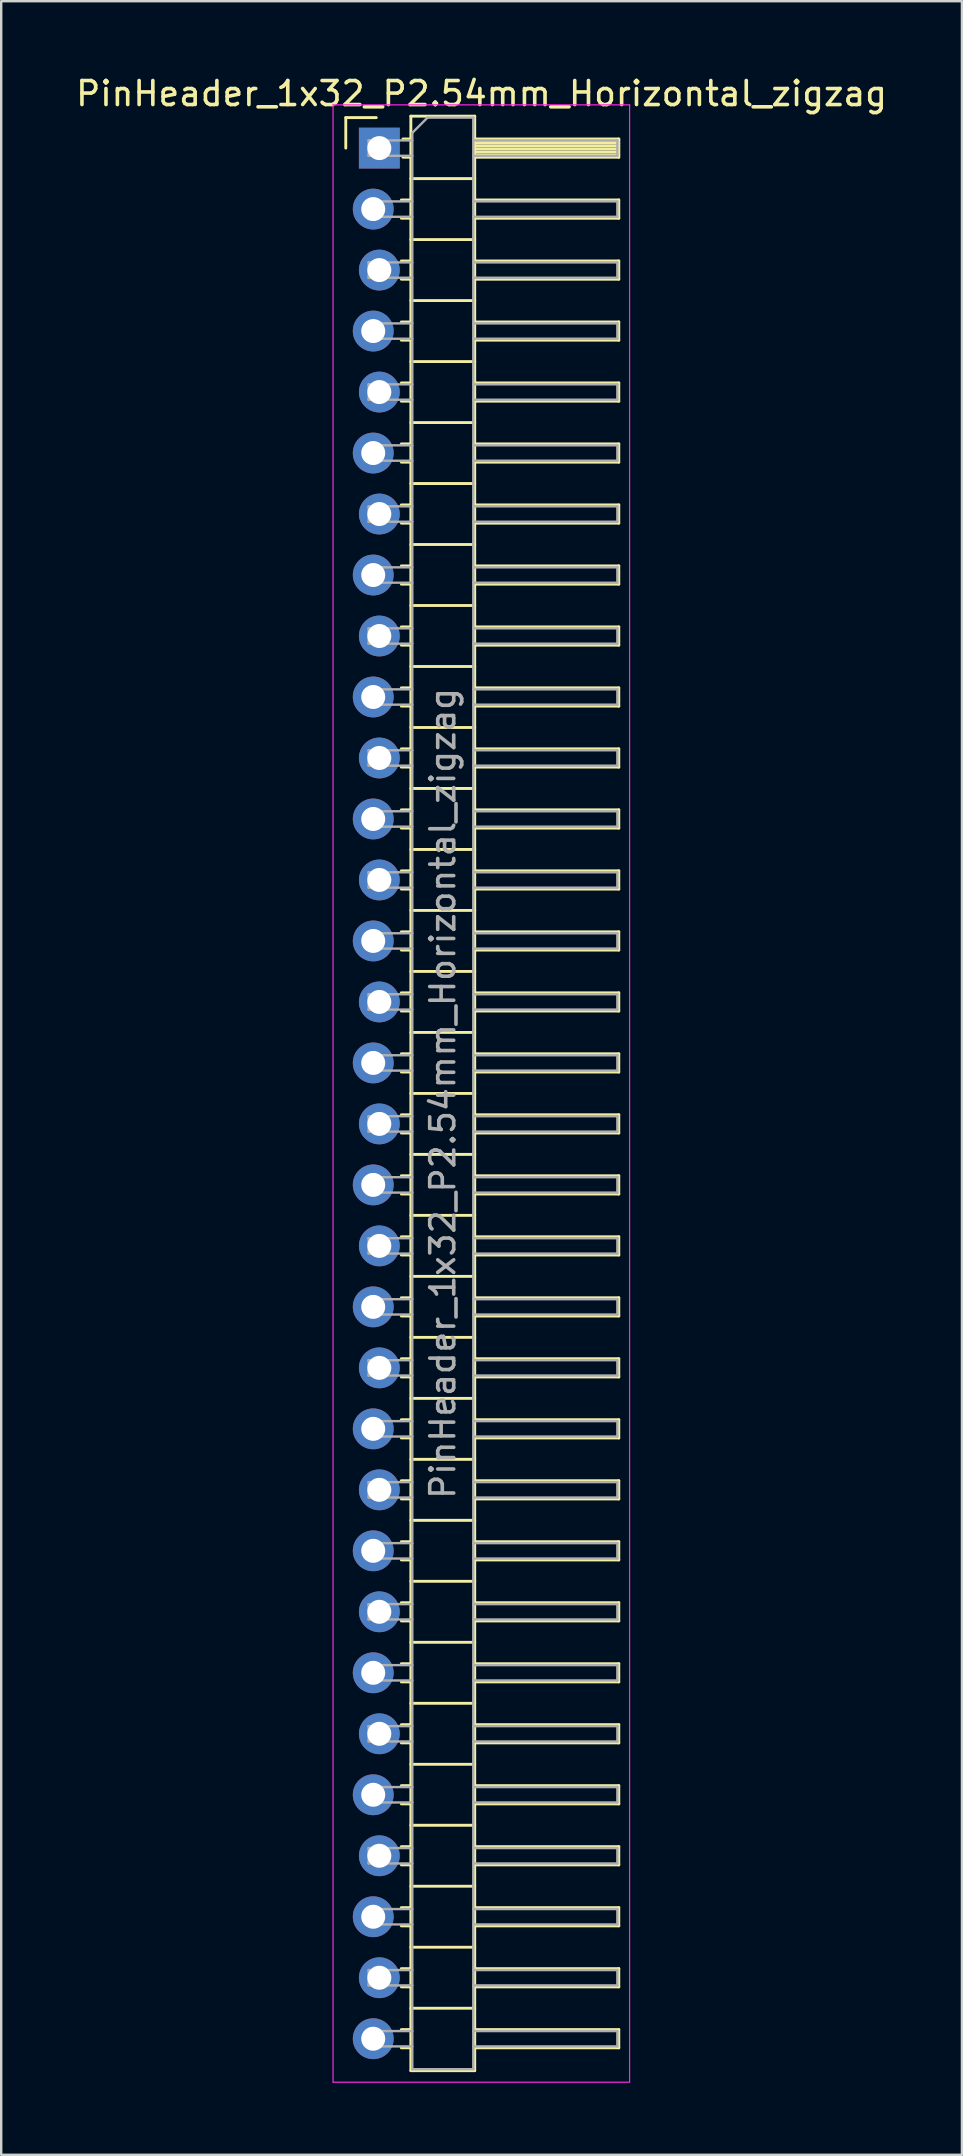
<source format=kicad_pcb>
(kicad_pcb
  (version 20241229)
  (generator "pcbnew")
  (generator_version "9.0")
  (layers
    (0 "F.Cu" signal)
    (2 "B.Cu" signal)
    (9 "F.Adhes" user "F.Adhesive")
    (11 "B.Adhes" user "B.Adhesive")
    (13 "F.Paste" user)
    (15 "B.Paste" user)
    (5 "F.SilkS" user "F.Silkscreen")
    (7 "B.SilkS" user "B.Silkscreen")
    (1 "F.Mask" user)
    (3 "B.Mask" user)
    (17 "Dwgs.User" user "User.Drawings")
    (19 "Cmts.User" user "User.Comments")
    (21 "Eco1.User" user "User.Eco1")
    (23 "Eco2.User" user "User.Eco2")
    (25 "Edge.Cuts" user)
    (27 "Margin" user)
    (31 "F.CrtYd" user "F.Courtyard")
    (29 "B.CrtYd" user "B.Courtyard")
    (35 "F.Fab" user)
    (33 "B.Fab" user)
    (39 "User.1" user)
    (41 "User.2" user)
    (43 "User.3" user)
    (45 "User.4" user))
  (footprint "PinHeader_1x32_P2.54mm_Horizontal_zigzag"
    (layer "F.Cu")
    (at 12.621 3.118)
    (property "Reference" "PinHeader_1x32_P2.54mm_Horizontal_zigzag" (at 4.385 -2.27 0) (layer "F.SilkS") (effects (font (size 1 1) (thickness 0.15))))
    (attr through_hole)
    (fp_line (start -1.27 -1.27) (end 0 -1.27) (stroke (width 0.12) (type solid)) (layer "F.SilkS"))
    (fp_line (start -1.27 0) (end -1.27 -1.27) (stroke (width 0.12) (type solid)) (layer "F.SilkS"))
    (fp_line (start 1.043 2.16) (end 1.44 2.16) (stroke (width 0.12) (type solid)) (layer "F.SilkS"))
    (fp_line (start 1.043 2.92) (end 1.44 2.92) (stroke (width 0.12) (type solid)) (layer "F.SilkS"))
    (fp_line (start 1.043 4.7) (end 1.44 4.7) (stroke (width 0.12) (type solid)) (layer "F.SilkS"))
    (fp_line (start 1.043 5.46) (end 1.44 5.46) (stroke (width 0.12) (type solid)) (layer "F.SilkS"))
    (fp_line (start 1.043 7.24) (end 1.44 7.24) (stroke (width 0.12) (type solid)) (layer "F.SilkS"))
    (fp_line (start 1.043 8) (end 1.44 8) (stroke (width 0.12) (type solid)) (layer "F.SilkS"))
    (fp_line (start 1.043 9.78) (end 1.44 9.78) (stroke (width 0.12) (type solid)) (layer "F.SilkS"))
    (fp_line (start 1.043 10.54) (end 1.44 10.54) (stroke (width 0.12) (type solid)) (layer "F.SilkS"))
    (fp_line (start 1.043 12.32) (end 1.44 12.32) (stroke (width 0.12) (type solid)) (layer "F.SilkS"))
    (fp_line (start 1.043 13.08) (end 1.44 13.08) (stroke (width 0.12) (type solid)) (layer "F.SilkS"))
    (fp_line (start 1.043 14.86) (end 1.44 14.86) (stroke (width 0.12) (type solid)) (layer "F.SilkS"))
    (fp_line (start 1.043 15.62) (end 1.44 15.62) (stroke (width 0.12) (type solid)) (layer "F.SilkS"))
    (fp_line (start 1.043 17.4) (end 1.44 17.4) (stroke (width 0.12) (type solid)) (layer "F.SilkS"))
    (fp_line (start 1.043 18.16) (end 1.44 18.16) (stroke (width 0.12) (type solid)) (layer "F.SilkS"))
    (fp_line (start 1.043 19.94) (end 1.44 19.94) (stroke (width 0.12) (type solid)) (layer "F.SilkS"))
    (fp_line (start 1.043 20.7) (end 1.44 20.7) (stroke (width 0.12) (type solid)) (layer "F.SilkS"))
    (fp_line (start 1.043 22.48) (end 1.44 22.48) (stroke (width 0.12) (type solid)) (layer "F.SilkS"))
    (fp_line (start 1.043 23.24) (end 1.44 23.24) (stroke (width 0.12) (type solid)) (layer "F.SilkS"))
    (fp_line (start 1.043 25.02) (end 1.44 25.02) (stroke (width 0.12) (type solid)) (layer "F.SilkS"))
    (fp_line (start 1.043 25.78) (end 1.44 25.78) (stroke (width 0.12) (type solid)) (layer "F.SilkS"))
    (fp_line (start 1.043 27.56) (end 1.44 27.56) (stroke (width 0.12) (type solid)) (layer "F.SilkS"))
    (fp_line (start 1.043 28.32) (end 1.44 28.32) (stroke (width 0.12) (type solid)) (layer "F.SilkS"))
    (fp_line (start 1.043 30.1) (end 1.44 30.1) (stroke (width 0.12) (type solid)) (layer "F.SilkS"))
    (fp_line (start 1.043 30.86) (end 1.44 30.86) (stroke (width 0.12) (type solid)) (layer "F.SilkS"))
    (fp_line (start 1.043 32.64) (end 1.44 32.64) (stroke (width 0.12) (type solid)) (layer "F.SilkS"))
    (fp_line (start 1.043 33.4) (end 1.44 33.4) (stroke (width 0.12) (type solid)) (layer "F.SilkS"))
    (fp_line (start 1.043 35.18) (end 1.44 35.18) (stroke (width 0.12) (type solid)) (layer "F.SilkS"))
    (fp_line (start 1.043 35.94) (end 1.44 35.94) (stroke (width 0.12) (type solid)) (layer "F.SilkS"))
    (fp_line (start 1.043 37.72) (end 1.44 37.72) (stroke (width 0.12) (type solid)) (layer "F.SilkS"))
    (fp_line (start 1.043 38.48) (end 1.44 38.48) (stroke (width 0.12) (type solid)) (layer "F.SilkS"))
    (fp_line (start 1.043 40.26) (end 1.44 40.26) (stroke (width 0.12) (type solid)) (layer "F.SilkS"))
    (fp_line (start 1.043 41.02) (end 1.44 41.02) (stroke (width 0.12) (type solid)) (layer "F.SilkS"))
    (fp_line (start 1.043 42.8) (end 1.44 42.8) (stroke (width 0.12) (type solid)) (layer "F.SilkS"))
    (fp_line (start 1.043 43.56) (end 1.44 43.56) (stroke (width 0.12) (type solid)) (layer "F.SilkS"))
    (fp_line (start 1.043 45.34) (end 1.44 45.34) (stroke (width 0.12) (type solid)) (layer "F.SilkS"))
    (fp_line (start 1.043 46.1) (end 1.44 46.1) (stroke (width 0.12) (type solid)) (layer "F.SilkS"))
    (fp_line (start 1.043 47.88) (end 1.44 47.88) (stroke (width 0.12) (type solid)) (layer "F.SilkS"))
    (fp_line (start 1.043 48.64) (end 1.44 48.64) (stroke (width 0.12) (type solid)) (layer "F.SilkS"))
    (fp_line (start 1.043 50.42) (end 1.44 50.42) (stroke (width 0.12) (type solid)) (layer "F.SilkS"))
    (fp_line (start 1.043 51.18) (end 1.44 51.18) (stroke (width 0.12) (type solid)) (layer "F.SilkS"))
    (fp_line (start 1.043 52.96) (end 1.44 52.96) (stroke (width 0.12) (type solid)) (layer "F.SilkS"))
    (fp_line (start 1.043 53.72) (end 1.44 53.72) (stroke (width 0.12) (type solid)) (layer "F.SilkS"))
    (fp_line (start 1.043 55.5) (end 1.44 55.5) (stroke (width 0.12) (type solid)) (layer "F.SilkS"))
    (fp_line (start 1.043 56.26) (end 1.44 56.26) (stroke (width 0.12) (type solid)) (layer "F.SilkS"))
    (fp_line (start 1.043 58.04) (end 1.44 58.04) (stroke (width 0.12) (type solid)) (layer "F.SilkS"))
    (fp_line (start 1.043 58.8) (end 1.44 58.8) (stroke (width 0.12) (type solid)) (layer "F.SilkS"))
    (fp_line (start 1.043 60.58) (end 1.44 60.58) (stroke (width 0.12) (type solid)) (layer "F.SilkS"))
    (fp_line (start 1.043 61.34) (end 1.44 61.34) (stroke (width 0.12) (type solid)) (layer "F.SilkS"))
    (fp_line (start 1.043 63.12) (end 1.44 63.12) (stroke (width 0.12) (type solid)) (layer "F.SilkS"))
    (fp_line (start 1.043 63.88) (end 1.44 63.88) (stroke (width 0.12) (type solid)) (layer "F.SilkS"))
    (fp_line (start 1.043 65.66) (end 1.44 65.66) (stroke (width 0.12) (type solid)) (layer "F.SilkS"))
    (fp_line (start 1.043 66.42) (end 1.44 66.42) (stroke (width 0.12) (type solid)) (layer "F.SilkS"))
    (fp_line (start 1.043 68.2) (end 1.44 68.2) (stroke (width 0.12) (type solid)) (layer "F.SilkS"))
    (fp_line (start 1.043 68.96) (end 1.44 68.96) (stroke (width 0.12) (type solid)) (layer "F.SilkS"))
    (fp_line (start 1.043 70.74) (end 1.44 70.74) (stroke (width 0.12) (type solid)) (layer "F.SilkS"))
    (fp_line (start 1.043 71.5) (end 1.44 71.5) (stroke (width 0.12) (type solid)) (layer "F.SilkS"))
    (fp_line (start 1.043 73.28) (end 1.44 73.28) (stroke (width 0.12) (type solid)) (layer "F.SilkS"))
    (fp_line (start 1.043 74.04) (end 1.44 74.04) (stroke (width 0.12) (type solid)) (layer "F.SilkS"))
    (fp_line (start 1.043 75.82) (end 1.44 75.82) (stroke (width 0.12) (type solid)) (layer "F.SilkS"))
    (fp_line (start 1.043 76.58) (end 1.44 76.58) (stroke (width 0.12) (type solid)) (layer "F.SilkS"))
    (fp_line (start 1.043 78.36) (end 1.44 78.36) (stroke (width 0.12) (type solid)) (layer "F.SilkS"))
    (fp_line (start 1.043 79.12) (end 1.44 79.12) (stroke (width 0.12) (type solid)) (layer "F.SilkS"))
    (fp_line (start 1.11 -0.38) (end 1.44 -0.38) (stroke (width 0.12) (type solid)) (layer "F.SilkS"))
    (fp_line (start 1.11 0.38) (end 1.44 0.38) (stroke (width 0.12) (type solid)) (layer "F.SilkS"))
    (fp_line (start 1.44 -1.33) (end 1.44 80.07) (stroke (width 0.12) (type solid)) (layer "F.SilkS"))
    (fp_line (start 1.44 1.27) (end 4.1 1.27) (stroke (width 0.12) (type solid)) (layer "F.SilkS"))
    (fp_line (start 1.44 3.81) (end 4.1 3.81) (stroke (width 0.12) (type solid)) (layer "F.SilkS"))
    (fp_line (start 1.44 6.35) (end 4.1 6.35) (stroke (width 0.12) (type solid)) (layer "F.SilkS"))
    (fp_line (start 1.44 8.89) (end 4.1 8.89) (stroke (width 0.12) (type solid)) (layer "F.SilkS"))
    (fp_line (start 1.44 11.43) (end 4.1 11.43) (stroke (width 0.12) (type solid)) (layer "F.SilkS"))
    (fp_line (start 1.44 13.97) (end 4.1 13.97) (stroke (width 0.12) (type solid)) (layer "F.SilkS"))
    (fp_line (start 1.44 16.51) (end 4.1 16.51) (stroke (width 0.12) (type solid)) (layer "F.SilkS"))
    (fp_line (start 1.44 19.05) (end 4.1 19.05) (stroke (width 0.12) (type solid)) (layer "F.SilkS"))
    (fp_line (start 1.44 21.59) (end 4.1 21.59) (stroke (width 0.12) (type solid)) (layer "F.SilkS"))
    (fp_line (start 1.44 24.13) (end 4.1 24.13) (stroke (width 0.12) (type solid)) (layer "F.SilkS"))
    (fp_line (start 1.44 26.67) (end 4.1 26.67) (stroke (width 0.12) (type solid)) (layer "F.SilkS"))
    (fp_line (start 1.44 29.21) (end 4.1 29.21) (stroke (width 0.12) (type solid)) (layer "F.SilkS"))
    (fp_line (start 1.44 31.75) (end 4.1 31.75) (stroke (width 0.12) (type solid)) (layer "F.SilkS"))
    (fp_line (start 1.44 34.29) (end 4.1 34.29) (stroke (width 0.12) (type solid)) (layer "F.SilkS"))
    (fp_line (start 1.44 36.83) (end 4.1 36.83) (stroke (width 0.12) (type solid)) (layer "F.SilkS"))
    (fp_line (start 1.44 39.37) (end 4.1 39.37) (stroke (width 0.12) (type solid)) (layer "F.SilkS"))
    (fp_line (start 1.44 41.91) (end 4.1 41.91) (stroke (width 0.12) (type solid)) (layer "F.SilkS"))
    (fp_line (start 1.44 44.45) (end 4.1 44.45) (stroke (width 0.12) (type solid)) (layer "F.SilkS"))
    (fp_line (start 1.44 46.99) (end 4.1 46.99) (stroke (width 0.12) (type solid)) (layer "F.SilkS"))
    (fp_line (start 1.44 49.53) (end 4.1 49.53) (stroke (width 0.12) (type solid)) (layer "F.SilkS"))
    (fp_line (start 1.44 52.07) (end 4.1 52.07) (stroke (width 0.12) (type solid)) (layer "F.SilkS"))
    (fp_line (start 1.44 54.61) (end 4.1 54.61) (stroke (width 0.12) (type solid)) (layer "F.SilkS"))
    (fp_line (start 1.44 57.15) (end 4.1 57.15) (stroke (width 0.12) (type solid)) (layer "F.SilkS"))
    (fp_line (start 1.44 59.69) (end 4.1 59.69) (stroke (width 0.12) (type solid)) (layer "F.SilkS"))
    (fp_line (start 1.44 62.23) (end 4.1 62.23) (stroke (width 0.12) (type solid)) (layer "F.SilkS"))
    (fp_line (start 1.44 64.77) (end 4.1 64.77) (stroke (width 0.12) (type solid)) (layer "F.SilkS"))
    (fp_line (start 1.44 67.31) (end 4.1 67.31) (stroke (width 0.12) (type solid)) (layer "F.SilkS"))
    (fp_line (start 1.44 69.85) (end 4.1 69.85) (stroke (width 0.12) (type solid)) (layer "F.SilkS"))
    (fp_line (start 1.44 72.39) (end 4.1 72.39) (stroke (width 0.12) (type solid)) (layer "F.SilkS"))
    (fp_line (start 1.44 74.93) (end 4.1 74.93) (stroke (width 0.12) (type solid)) (layer "F.SilkS"))
    (fp_line (start 1.44 77.47) (end 4.1 77.47) (stroke (width 0.12) (type solid)) (layer "F.SilkS"))
    (fp_line (start 1.44 80.07) (end 4.1 80.07) (stroke (width 0.12) (type solid)) (layer "F.SilkS"))
    (fp_line (start 4.1 -1.33) (end 1.44 -1.33) (stroke (width 0.12) (type solid)) (layer "F.SilkS"))
    (fp_line (start 4.1 -0.38) (end 10.1 -0.38) (stroke (width 0.12) (type solid)) (layer "F.SilkS"))
    (fp_line (start 4.1 -0.32) (end 10.1 -0.32) (stroke (width 0.12) (type solid)) (layer "F.SilkS"))
    (fp_line (start 4.1 -0.2) (end 10.1 -0.2) (stroke (width 0.12) (type solid)) (layer "F.SilkS"))
    (fp_line (start 4.1 -0.08) (end 10.1 -0.08) (stroke (width 0.12) (type solid)) (layer "F.SilkS"))
    (fp_line (start 4.1 0.04) (end 10.1 0.04) (stroke (width 0.12) (type solid)) (layer "F.SilkS"))
    (fp_line (start 4.1 0.16) (end 10.1 0.16) (stroke (width 0.12) (type solid)) (layer "F.SilkS"))
    (fp_line (start 4.1 0.28) (end 10.1 0.28) (stroke (width 0.12) (type solid)) (layer "F.SilkS"))
    (fp_line (start 4.1 2.16) (end 10.1 2.16) (stroke (width 0.12) (type solid)) (layer "F.SilkS"))
    (fp_line (start 4.1 4.7) (end 10.1 4.7) (stroke (width 0.12) (type solid)) (layer "F.SilkS"))
    (fp_line (start 4.1 7.24) (end 10.1 7.24) (stroke (width 0.12) (type solid)) (layer "F.SilkS"))
    (fp_line (start 4.1 9.78) (end 10.1 9.78) (stroke (width 0.12) (type solid)) (layer "F.SilkS"))
    (fp_line (start 4.1 12.32) (end 10.1 12.32) (stroke (width 0.12) (type solid)) (layer "F.SilkS"))
    (fp_line (start 4.1 14.86) (end 10.1 14.86) (stroke (width 0.12) (type solid)) (layer "F.SilkS"))
    (fp_line (start 4.1 17.4) (end 10.1 17.4) (stroke (width 0.12) (type solid)) (layer "F.SilkS"))
    (fp_line (start 4.1 19.94) (end 10.1 19.94) (stroke (width 0.12) (type solid)) (layer "F.SilkS"))
    (fp_line (start 4.1 22.48) (end 10.1 22.48) (stroke (width 0.12) (type solid)) (layer "F.SilkS"))
    (fp_line (start 4.1 25.02) (end 10.1 25.02) (stroke (width 0.12) (type solid)) (layer "F.SilkS"))
    (fp_line (start 4.1 27.56) (end 10.1 27.56) (stroke (width 0.12) (type solid)) (layer "F.SilkS"))
    (fp_line (start 4.1 30.1) (end 10.1 30.1) (stroke (width 0.12) (type solid)) (layer "F.SilkS"))
    (fp_line (start 4.1 32.64) (end 10.1 32.64) (stroke (width 0.12) (type solid)) (layer "F.SilkS"))
    (fp_line (start 4.1 35.18) (end 10.1 35.18) (stroke (width 0.12) (type solid)) (layer "F.SilkS"))
    (fp_line (start 4.1 37.72) (end 10.1 37.72) (stroke (width 0.12) (type solid)) (layer "F.SilkS"))
    (fp_line (start 4.1 40.26) (end 10.1 40.26) (stroke (width 0.12) (type solid)) (layer "F.SilkS"))
    (fp_line (start 4.1 42.8) (end 10.1 42.8) (stroke (width 0.12) (type solid)) (layer "F.SilkS"))
    (fp_line (start 4.1 45.34) (end 10.1 45.34) (stroke (width 0.12) (type solid)) (layer "F.SilkS"))
    (fp_line (start 4.1 47.88) (end 10.1 47.88) (stroke (width 0.12) (type solid)) (layer "F.SilkS"))
    (fp_line (start 4.1 50.42) (end 10.1 50.42) (stroke (width 0.12) (type solid)) (layer "F.SilkS"))
    (fp_line (start 4.1 52.96) (end 10.1 52.96) (stroke (width 0.12) (type solid)) (layer "F.SilkS"))
    (fp_line (start 4.1 55.5) (end 10.1 55.5) (stroke (width 0.12) (type solid)) (layer "F.SilkS"))
    (fp_line (start 4.1 58.04) (end 10.1 58.04) (stroke (width 0.12) (type solid)) (layer "F.SilkS"))
    (fp_line (start 4.1 60.58) (end 10.1 60.58) (stroke (width 0.12) (type solid)) (layer "F.SilkS"))
    (fp_line (start 4.1 63.12) (end 10.1 63.12) (stroke (width 0.12) (type solid)) (layer "F.SilkS"))
    (fp_line (start 4.1 65.66) (end 10.1 65.66) (stroke (width 0.12) (type solid)) (layer "F.SilkS"))
    (fp_line (start 4.1 68.2) (end 10.1 68.2) (stroke (width 0.12) (type solid)) (layer "F.SilkS"))
    (fp_line (start 4.1 70.74) (end 10.1 70.74) (stroke (width 0.12) (type solid)) (layer "F.SilkS"))
    (fp_line (start 4.1 73.28) (end 10.1 73.28) (stroke (width 0.12) (type solid)) (layer "F.SilkS"))
    (fp_line (start 4.1 75.82) (end 10.1 75.82) (stroke (width 0.12) (type solid)) (layer "F.SilkS"))
    (fp_line (start 4.1 78.36) (end 10.1 78.36) (stroke (width 0.12) (type solid)) (layer "F.SilkS"))
    (fp_line (start 4.1 80.07) (end 4.1 -1.33) (stroke (width 0.12) (type solid)) (layer "F.SilkS"))
    (fp_line (start 10.1 -0.38) (end 10.1 0.38) (stroke (width 0.12) (type solid)) (layer "F.SilkS"))
    (fp_line (start 10.1 0.38) (end 4.1 0.38) (stroke (width 0.12) (type solid)) (layer "F.SilkS"))
    (fp_line (start 10.1 2.16) (end 10.1 2.92) (stroke (width 0.12) (type solid)) (layer "F.SilkS"))
    (fp_line (start 10.1 2.92) (end 4.1 2.92) (stroke (width 0.12) (type solid)) (layer "F.SilkS"))
    (fp_line (start 10.1 4.7) (end 10.1 5.46) (stroke (width 0.12) (type solid)) (layer "F.SilkS"))
    (fp_line (start 10.1 5.46) (end 4.1 5.46) (stroke (width 0.12) (type solid)) (layer "F.SilkS"))
    (fp_line (start 10.1 7.24) (end 10.1 8) (stroke (width 0.12) (type solid)) (layer "F.SilkS"))
    (fp_line (start 10.1 8) (end 4.1 8) (stroke (width 0.12) (type solid)) (layer "F.SilkS"))
    (fp_line (start 10.1 9.78) (end 10.1 10.54) (stroke (width 0.12) (type solid)) (layer "F.SilkS"))
    (fp_line (start 10.1 10.54) (end 4.1 10.54) (stroke (width 0.12) (type solid)) (layer "F.SilkS"))
    (fp_line (start 10.1 12.32) (end 10.1 13.08) (stroke (width 0.12) (type solid)) (layer "F.SilkS"))
    (fp_line (start 10.1 13.08) (end 4.1 13.08) (stroke (width 0.12) (type solid)) (layer "F.SilkS"))
    (fp_line (start 10.1 14.86) (end 10.1 15.62) (stroke (width 0.12) (type solid)) (layer "F.SilkS"))
    (fp_line (start 10.1 15.62) (end 4.1 15.62) (stroke (width 0.12) (type solid)) (layer "F.SilkS"))
    (fp_line (start 10.1 17.4) (end 10.1 18.16) (stroke (width 0.12) (type solid)) (layer "F.SilkS"))
    (fp_line (start 10.1 18.16) (end 4.1 18.16) (stroke (width 0.12) (type solid)) (layer "F.SilkS"))
    (fp_line (start 10.1 19.94) (end 10.1 20.7) (stroke (width 0.12) (type solid)) (layer "F.SilkS"))
    (fp_line (start 10.1 20.7) (end 4.1 20.7) (stroke (width 0.12) (type solid)) (layer "F.SilkS"))
    (fp_line (start 10.1 22.48) (end 10.1 23.24) (stroke (width 0.12) (type solid)) (layer "F.SilkS"))
    (fp_line (start 10.1 23.24) (end 4.1 23.24) (stroke (width 0.12) (type solid)) (layer "F.SilkS"))
    (fp_line (start 10.1 25.02) (end 10.1 25.78) (stroke (width 0.12) (type solid)) (layer "F.SilkS"))
    (fp_line (start 10.1 25.78) (end 4.1 25.78) (stroke (width 0.12) (type solid)) (layer "F.SilkS"))
    (fp_line (start 10.1 27.56) (end 10.1 28.32) (stroke (width 0.12) (type solid)) (layer "F.SilkS"))
    (fp_line (start 10.1 28.32) (end 4.1 28.32) (stroke (width 0.12) (type solid)) (layer "F.SilkS"))
    (fp_line (start 10.1 30.1) (end 10.1 30.86) (stroke (width 0.12) (type solid)) (layer "F.SilkS"))
    (fp_line (start 10.1 30.86) (end 4.1 30.86) (stroke (width 0.12) (type solid)) (layer "F.SilkS"))
    (fp_line (start 10.1 32.64) (end 10.1 33.4) (stroke (width 0.12) (type solid)) (layer "F.SilkS"))
    (fp_line (start 10.1 33.4) (end 4.1 33.4) (stroke (width 0.12) (type solid)) (layer "F.SilkS"))
    (fp_line (start 10.1 35.18) (end 10.1 35.94) (stroke (width 0.12) (type solid)) (layer "F.SilkS"))
    (fp_line (start 10.1 35.94) (end 4.1 35.94) (stroke (width 0.12) (type solid)) (layer "F.SilkS"))
    (fp_line (start 10.1 37.72) (end 10.1 38.48) (stroke (width 0.12) (type solid)) (layer "F.SilkS"))
    (fp_line (start 10.1 38.48) (end 4.1 38.48) (stroke (width 0.12) (type solid)) (layer "F.SilkS"))
    (fp_line (start 10.1 40.26) (end 10.1 41.02) (stroke (width 0.12) (type solid)) (layer "F.SilkS"))
    (fp_line (start 10.1 41.02) (end 4.1 41.02) (stroke (width 0.12) (type solid)) (layer "F.SilkS"))
    (fp_line (start 10.1 42.8) (end 10.1 43.56) (stroke (width 0.12) (type solid)) (layer "F.SilkS"))
    (fp_line (start 10.1 43.56) (end 4.1 43.56) (stroke (width 0.12) (type solid)) (layer "F.SilkS"))
    (fp_line (start 10.1 45.34) (end 10.1 46.1) (stroke (width 0.12) (type solid)) (layer "F.SilkS"))
    (fp_line (start 10.1 46.1) (end 4.1 46.1) (stroke (width 0.12) (type solid)) (layer "F.SilkS"))
    (fp_line (start 10.1 47.88) (end 10.1 48.64) (stroke (width 0.12) (type solid)) (layer "F.SilkS"))
    (fp_line (start 10.1 48.64) (end 4.1 48.64) (stroke (width 0.12) (type solid)) (layer "F.SilkS"))
    (fp_line (start 10.1 50.42) (end 10.1 51.18) (stroke (width 0.12) (type solid)) (layer "F.SilkS"))
    (fp_line (start 10.1 51.18) (end 4.1 51.18) (stroke (width 0.12) (type solid)) (layer "F.SilkS"))
    (fp_line (start 10.1 52.96) (end 10.1 53.72) (stroke (width 0.12) (type solid)) (layer "F.SilkS"))
    (fp_line (start 10.1 53.72) (end 4.1 53.72) (stroke (width 0.12) (type solid)) (layer "F.SilkS"))
    (fp_line (start 10.1 55.5) (end 10.1 56.26) (stroke (width 0.12) (type solid)) (layer "F.SilkS"))
    (fp_line (start 10.1 56.26) (end 4.1 56.26) (stroke (width 0.12) (type solid)) (layer "F.SilkS"))
    (fp_line (start 10.1 58.04) (end 10.1 58.8) (stroke (width 0.12) (type solid)) (layer "F.SilkS"))
    (fp_line (start 10.1 58.8) (end 4.1 58.8) (stroke (width 0.12) (type solid)) (layer "F.SilkS"))
    (fp_line (start 10.1 60.58) (end 10.1 61.34) (stroke (width 0.12) (type solid)) (layer "F.SilkS"))
    (fp_line (start 10.1 61.34) (end 4.1 61.34) (stroke (width 0.12) (type solid)) (layer "F.SilkS"))
    (fp_line (start 10.1 63.12) (end 10.1 63.88) (stroke (width 0.12) (type solid)) (layer "F.SilkS"))
    (fp_line (start 10.1 63.88) (end 4.1 63.88) (stroke (width 0.12) (type solid)) (layer "F.SilkS"))
    (fp_line (start 10.1 65.66) (end 10.1 66.42) (stroke (width 0.12) (type solid)) (layer "F.SilkS"))
    (fp_line (start 10.1 66.42) (end 4.1 66.42) (stroke (width 0.12) (type solid)) (layer "F.SilkS"))
    (fp_line (start 10.1 68.2) (end 10.1 68.96) (stroke (width 0.12) (type solid)) (layer "F.SilkS"))
    (fp_line (start 10.1 68.96) (end 4.1 68.96) (stroke (width 0.12) (type solid)) (layer "F.SilkS"))
    (fp_line (start 10.1 70.74) (end 10.1 71.5) (stroke (width 0.12) (type solid)) (layer "F.SilkS"))
    (fp_line (start 10.1 71.5) (end 4.1 71.5) (stroke (width 0.12) (type solid)) (layer "F.SilkS"))
    (fp_line (start 10.1 73.28) (end 10.1 74.04) (stroke (width 0.12) (type solid)) (layer "F.SilkS"))
    (fp_line (start 10.1 74.04) (end 4.1 74.04) (stroke (width 0.12) (type solid)) (layer "F.SilkS"))
    (fp_line (start 10.1 75.82) (end 10.1 76.58) (stroke (width 0.12) (type solid)) (layer "F.SilkS"))
    (fp_line (start 10.1 76.58) (end 4.1 76.58) (stroke (width 0.12) (type solid)) (layer "F.SilkS"))
    (fp_line (start 10.1 78.36) (end 10.1 79.12) (stroke (width 0.12) (type solid)) (layer "F.SilkS"))
    (fp_line (start 10.1 79.12) (end 4.1 79.12) (stroke (width 0.12) (type solid)) (layer "F.SilkS"))
    (fp_line (start -1.8 -1.8) (end -1.8 80.55) (stroke (width 0.05) (type solid)) (layer "F.CrtYd"))
    (fp_line (start -1.8 80.55) (end 10.55 80.55) (stroke (width 0.05) (type solid)) (layer "F.CrtYd"))
    (fp_line (start 10.55 -1.8) (end -1.8 -1.8) (stroke (width 0.05) (type solid)) (layer "F.CrtYd"))
    (fp_line (start 10.55 80.55) (end 10.55 -1.8) (stroke (width 0.05) (type solid)) (layer "F.CrtYd"))
    (fp_line (start -0.32 -0.32) (end -0.32 0.32) (stroke (width 0.1) (type solid)) (layer "F.Fab"))
    (fp_line (start -0.32 -0.32) (end 1.5 -0.32) (stroke (width 0.1) (type solid)) (layer "F.Fab"))
    (fp_line (start -0.32 0.32) (end 1.5 0.32) (stroke (width 0.1) (type solid)) (layer "F.Fab"))
    (fp_line (start -0.32 2.22) (end -0.32 2.86) (stroke (width 0.1) (type solid)) (layer "F.Fab"))
    (fp_line (start -0.32 2.22) (end 1.5 2.22) (stroke (width 0.1) (type solid)) (layer "F.Fab"))
    (fp_line (start -0.32 2.86) (end 1.5 2.86) (stroke (width 0.1) (type solid)) (layer "F.Fab"))
    (fp_line (start -0.32 4.76) (end -0.32 5.4) (stroke (width 0.1) (type solid)) (layer "F.Fab"))
    (fp_line (start -0.32 4.76) (end 1.5 4.76) (stroke (width 0.1) (type solid)) (layer "F.Fab"))
    (fp_line (start -0.32 5.4) (end 1.5 5.4) (stroke (width 0.1) (type solid)) (layer "F.Fab"))
    (fp_line (start -0.32 7.3) (end -0.32 7.94) (stroke (width 0.1) (type solid)) (layer "F.Fab"))
    (fp_line (start -0.32 7.3) (end 1.5 7.3) (stroke (width 0.1) (type solid)) (layer "F.Fab"))
    (fp_line (start -0.32 7.94) (end 1.5 7.94) (stroke (width 0.1) (type solid)) (layer "F.Fab"))
    (fp_line (start -0.32 9.84) (end -0.32 10.48) (stroke (width 0.1) (type solid)) (layer "F.Fab"))
    (fp_line (start -0.32 9.84) (end 1.5 9.84) (stroke (width 0.1) (type solid)) (layer "F.Fab"))
    (fp_line (start -0.32 10.48) (end 1.5 10.48) (stroke (width 0.1) (type solid)) (layer "F.Fab"))
    (fp_line (start -0.32 12.38) (end -0.32 13.02) (stroke (width 0.1) (type solid)) (layer "F.Fab"))
    (fp_line (start -0.32 12.38) (end 1.5 12.38) (stroke (width 0.1) (type solid)) (layer "F.Fab"))
    (fp_line (start -0.32 13.02) (end 1.5 13.02) (stroke (width 0.1) (type solid)) (layer "F.Fab"))
    (fp_line (start -0.32 14.92) (end -0.32 15.56) (stroke (width 0.1) (type solid)) (layer "F.Fab"))
    (fp_line (start -0.32 14.92) (end 1.5 14.92) (stroke (width 0.1) (type solid)) (layer "F.Fab"))
    (fp_line (start -0.32 15.56) (end 1.5 15.56) (stroke (width 0.1) (type solid)) (layer "F.Fab"))
    (fp_line (start -0.32 17.46) (end -0.32 18.1) (stroke (width 0.1) (type solid)) (layer "F.Fab"))
    (fp_line (start -0.32 17.46) (end 1.5 17.46) (stroke (width 0.1) (type solid)) (layer "F.Fab"))
    (fp_line (start -0.32 18.1) (end 1.5 18.1) (stroke (width 0.1) (type solid)) (layer "F.Fab"))
    (fp_line (start -0.32 20) (end -0.32 20.64) (stroke (width 0.1) (type solid)) (layer "F.Fab"))
    (fp_line (start -0.32 20) (end 1.5 20) (stroke (width 0.1) (type solid)) (layer "F.Fab"))
    (fp_line (start -0.32 20.64) (end 1.5 20.64) (stroke (width 0.1) (type solid)) (layer "F.Fab"))
    (fp_line (start -0.32 22.54) (end -0.32 23.18) (stroke (width 0.1) (type solid)) (layer "F.Fab"))
    (fp_line (start -0.32 22.54) (end 1.5 22.54) (stroke (width 0.1) (type solid)) (layer "F.Fab"))
    (fp_line (start -0.32 23.18) (end 1.5 23.18) (stroke (width 0.1) (type solid)) (layer "F.Fab"))
    (fp_line (start -0.32 25.08) (end -0.32 25.72) (stroke (width 0.1) (type solid)) (layer "F.Fab"))
    (fp_line (start -0.32 25.08) (end 1.5 25.08) (stroke (width 0.1) (type solid)) (layer "F.Fab"))
    (fp_line (start -0.32 25.72) (end 1.5 25.72) (stroke (width 0.1) (type solid)) (layer "F.Fab"))
    (fp_line (start -0.32 27.62) (end -0.32 28.26) (stroke (width 0.1) (type solid)) (layer "F.Fab"))
    (fp_line (start -0.32 27.62) (end 1.5 27.62) (stroke (width 0.1) (type solid)) (layer "F.Fab"))
    (fp_line (start -0.32 28.26) (end 1.5 28.26) (stroke (width 0.1) (type solid)) (layer "F.Fab"))
    (fp_line (start -0.32 30.16) (end -0.32 30.8) (stroke (width 0.1) (type solid)) (layer "F.Fab"))
    (fp_line (start -0.32 30.16) (end 1.5 30.16) (stroke (width 0.1) (type solid)) (layer "F.Fab"))
    (fp_line (start -0.32 30.8) (end 1.5 30.8) (stroke (width 0.1) (type solid)) (layer "F.Fab"))
    (fp_line (start -0.32 32.7) (end -0.32 33.34) (stroke (width 0.1) (type solid)) (layer "F.Fab"))
    (fp_line (start -0.32 32.7) (end 1.5 32.7) (stroke (width 0.1) (type solid)) (layer "F.Fab"))
    (fp_line (start -0.32 33.34) (end 1.5 33.34) (stroke (width 0.1) (type solid)) (layer "F.Fab"))
    (fp_line (start -0.32 35.24) (end -0.32 35.88) (stroke (width 0.1) (type solid)) (layer "F.Fab"))
    (fp_line (start -0.32 35.24) (end 1.5 35.24) (stroke (width 0.1) (type solid)) (layer "F.Fab"))
    (fp_line (start -0.32 35.88) (end 1.5 35.88) (stroke (width 0.1) (type solid)) (layer "F.Fab"))
    (fp_line (start -0.32 37.78) (end -0.32 38.42) (stroke (width 0.1) (type solid)) (layer "F.Fab"))
    (fp_line (start -0.32 37.78) (end 1.5 37.78) (stroke (width 0.1) (type solid)) (layer "F.Fab"))
    (fp_line (start -0.32 38.42) (end 1.5 38.42) (stroke (width 0.1) (type solid)) (layer "F.Fab"))
    (fp_line (start -0.32 40.32) (end -0.32 40.96) (stroke (width 0.1) (type solid)) (layer "F.Fab"))
    (fp_line (start -0.32 40.32) (end 1.5 40.32) (stroke (width 0.1) (type solid)) (layer "F.Fab"))
    (fp_line (start -0.32 40.96) (end 1.5 40.96) (stroke (width 0.1) (type solid)) (layer "F.Fab"))
    (fp_line (start -0.32 42.86) (end -0.32 43.5) (stroke (width 0.1) (type solid)) (layer "F.Fab"))
    (fp_line (start -0.32 42.86) (end 1.5 42.86) (stroke (width 0.1) (type solid)) (layer "F.Fab"))
    (fp_line (start -0.32 43.5) (end 1.5 43.5) (stroke (width 0.1) (type solid)) (layer "F.Fab"))
    (fp_line (start -0.32 45.4) (end -0.32 46.04) (stroke (width 0.1) (type solid)) (layer "F.Fab"))
    (fp_line (start -0.32 45.4) (end 1.5 45.4) (stroke (width 0.1) (type solid)) (layer "F.Fab"))
    (fp_line (start -0.32 46.04) (end 1.5 46.04) (stroke (width 0.1) (type solid)) (layer "F.Fab"))
    (fp_line (start -0.32 47.94) (end -0.32 48.58) (stroke (width 0.1) (type solid)) (layer "F.Fab"))
    (fp_line (start -0.32 47.94) (end 1.5 47.94) (stroke (width 0.1) (type solid)) (layer "F.Fab"))
    (fp_line (start -0.32 48.58) (end 1.5 48.58) (stroke (width 0.1) (type solid)) (layer "F.Fab"))
    (fp_line (start -0.32 50.48) (end -0.32 51.12) (stroke (width 0.1) (type solid)) (layer "F.Fab"))
    (fp_line (start -0.32 50.48) (end 1.5 50.48) (stroke (width 0.1) (type solid)) (layer "F.Fab"))
    (fp_line (start -0.32 51.12) (end 1.5 51.12) (stroke (width 0.1) (type solid)) (layer "F.Fab"))
    (fp_line (start -0.32 53.02) (end -0.32 53.66) (stroke (width 0.1) (type solid)) (layer "F.Fab"))
    (fp_line (start -0.32 53.02) (end 1.5 53.02) (stroke (width 0.1) (type solid)) (layer "F.Fab"))
    (fp_line (start -0.32 53.66) (end 1.5 53.66) (stroke (width 0.1) (type solid)) (layer "F.Fab"))
    (fp_line (start -0.32 55.56) (end -0.32 56.2) (stroke (width 0.1) (type solid)) (layer "F.Fab"))
    (fp_line (start -0.32 55.56) (end 1.5 55.56) (stroke (width 0.1) (type solid)) (layer "F.Fab"))
    (fp_line (start -0.32 56.2) (end 1.5 56.2) (stroke (width 0.1) (type solid)) (layer "F.Fab"))
    (fp_line (start -0.32 58.1) (end -0.32 58.74) (stroke (width 0.1) (type solid)) (layer "F.Fab"))
    (fp_line (start -0.32 58.1) (end 1.5 58.1) (stroke (width 0.1) (type solid)) (layer "F.Fab"))
    (fp_line (start -0.32 58.74) (end 1.5 58.74) (stroke (width 0.1) (type solid)) (layer "F.Fab"))
    (fp_line (start -0.32 60.64) (end -0.32 61.28) (stroke (width 0.1) (type solid)) (layer "F.Fab"))
    (fp_line (start -0.32 60.64) (end 1.5 60.64) (stroke (width 0.1) (type solid)) (layer "F.Fab"))
    (fp_line (start -0.32 61.28) (end 1.5 61.28) (stroke (width 0.1) (type solid)) (layer "F.Fab"))
    (fp_line (start -0.32 63.18) (end -0.32 63.82) (stroke (width 0.1) (type solid)) (layer "F.Fab"))
    (fp_line (start -0.32 63.18) (end 1.5 63.18) (stroke (width 0.1) (type solid)) (layer "F.Fab"))
    (fp_line (start -0.32 63.82) (end 1.5 63.82) (stroke (width 0.1) (type solid)) (layer "F.Fab"))
    (fp_line (start -0.32 65.72) (end -0.32 66.36) (stroke (width 0.1) (type solid)) (layer "F.Fab"))
    (fp_line (start -0.32 65.72) (end 1.5 65.72) (stroke (width 0.1) (type solid)) (layer "F.Fab"))
    (fp_line (start -0.32 66.36) (end 1.5 66.36) (stroke (width 0.1) (type solid)) (layer "F.Fab"))
    (fp_line (start -0.32 68.26) (end -0.32 68.9) (stroke (width 0.1) (type solid)) (layer "F.Fab"))
    (fp_line (start -0.32 68.26) (end 1.5 68.26) (stroke (width 0.1) (type solid)) (layer "F.Fab"))
    (fp_line (start -0.32 68.9) (end 1.5 68.9) (stroke (width 0.1) (type solid)) (layer "F.Fab"))
    (fp_line (start -0.32 70.8) (end -0.32 71.44) (stroke (width 0.1) (type solid)) (layer "F.Fab"))
    (fp_line (start -0.32 70.8) (end 1.5 70.8) (stroke (width 0.1) (type solid)) (layer "F.Fab"))
    (fp_line (start -0.32 71.44) (end 1.5 71.44) (stroke (width 0.1) (type solid)) (layer "F.Fab"))
    (fp_line (start -0.32 73.34) (end -0.32 73.98) (stroke (width 0.1) (type solid)) (layer "F.Fab"))
    (fp_line (start -0.32 73.34) (end 1.5 73.34) (stroke (width 0.1) (type solid)) (layer "F.Fab"))
    (fp_line (start -0.32 73.98) (end 1.5 73.98) (stroke (width 0.1) (type solid)) (layer "F.Fab"))
    (fp_line (start -0.32 75.88) (end -0.32 76.52) (stroke (width 0.1) (type solid)) (layer "F.Fab"))
    (fp_line (start -0.32 75.88) (end 1.5 75.88) (stroke (width 0.1) (type solid)) (layer "F.Fab"))
    (fp_line (start -0.32 76.52) (end 1.5 76.52) (stroke (width 0.1) (type solid)) (layer "F.Fab"))
    (fp_line (start -0.32 78.42) (end -0.32 79.06) (stroke (width 0.1) (type solid)) (layer "F.Fab"))
    (fp_line (start -0.32 78.42) (end 1.5 78.42) (stroke (width 0.1) (type solid)) (layer "F.Fab"))
    (fp_line (start -0.32 79.06) (end 1.5 79.06) (stroke (width 0.1) (type solid)) (layer "F.Fab"))
    (fp_line (start 1.5 -0.635) (end 2.135 -1.27) (stroke (width 0.1) (type solid)) (layer "F.Fab"))
    (fp_line (start 1.5 80.01) (end 1.5 -0.635) (stroke (width 0.1) (type solid)) (layer "F.Fab"))
    (fp_line (start 2.135 -1.27) (end 4.04 -1.27) (stroke (width 0.1) (type solid)) (layer "F.Fab"))
    (fp_line (start 4.04 -1.27) (end 4.04 80.01) (stroke (width 0.1) (type solid)) (layer "F.Fab"))
    (fp_line (start 4.04 -0.32) (end 10.04 -0.32) (stroke (width 0.1) (type solid)) (layer "F.Fab"))
    (fp_line (start 4.04 0.32) (end 10.04 0.32) (stroke (width 0.1) (type solid)) (layer "F.Fab"))
    (fp_line (start 4.04 2.22) (end 10.04 2.22) (stroke (width 0.1) (type solid)) (layer "F.Fab"))
    (fp_line (start 4.04 2.86) (end 10.04 2.86) (stroke (width 0.1) (type solid)) (layer "F.Fab"))
    (fp_line (start 4.04 4.76) (end 10.04 4.76) (stroke (width 0.1) (type solid)) (layer "F.Fab"))
    (fp_line (start 4.04 5.4) (end 10.04 5.4) (stroke (width 0.1) (type solid)) (layer "F.Fab"))
    (fp_line (start 4.04 7.3) (end 10.04 7.3) (stroke (width 0.1) (type solid)) (layer "F.Fab"))
    (fp_line (start 4.04 7.94) (end 10.04 7.94) (stroke (width 0.1) (type solid)) (layer "F.Fab"))
    (fp_line (start 4.04 9.84) (end 10.04 9.84) (stroke (width 0.1) (type solid)) (layer "F.Fab"))
    (fp_line (start 4.04 10.48) (end 10.04 10.48) (stroke (width 0.1) (type solid)) (layer "F.Fab"))
    (fp_line (start 4.04 12.38) (end 10.04 12.38) (stroke (width 0.1) (type solid)) (layer "F.Fab"))
    (fp_line (start 4.04 13.02) (end 10.04 13.02) (stroke (width 0.1) (type solid)) (layer "F.Fab"))
    (fp_line (start 4.04 14.92) (end 10.04 14.92) (stroke (width 0.1) (type solid)) (layer "F.Fab"))
    (fp_line (start 4.04 15.56) (end 10.04 15.56) (stroke (width 0.1) (type solid)) (layer "F.Fab"))
    (fp_line (start 4.04 17.46) (end 10.04 17.46) (stroke (width 0.1) (type solid)) (layer "F.Fab"))
    (fp_line (start 4.04 18.1) (end 10.04 18.1) (stroke (width 0.1) (type solid)) (layer "F.Fab"))
    (fp_line (start 4.04 20) (end 10.04 20) (stroke (width 0.1) (type solid)) (layer "F.Fab"))
    (fp_line (start 4.04 20.64) (end 10.04 20.64) (stroke (width 0.1) (type solid)) (layer "F.Fab"))
    (fp_line (start 4.04 22.54) (end 10.04 22.54) (stroke (width 0.1) (type solid)) (layer "F.Fab"))
    (fp_line (start 4.04 23.18) (end 10.04 23.18) (stroke (width 0.1) (type solid)) (layer "F.Fab"))
    (fp_line (start 4.04 25.08) (end 10.04 25.08) (stroke (width 0.1) (type solid)) (layer "F.Fab"))
    (fp_line (start 4.04 25.72) (end 10.04 25.72) (stroke (width 0.1) (type solid)) (layer "F.Fab"))
    (fp_line (start 4.04 27.62) (end 10.04 27.62) (stroke (width 0.1) (type solid)) (layer "F.Fab"))
    (fp_line (start 4.04 28.26) (end 10.04 28.26) (stroke (width 0.1) (type solid)) (layer "F.Fab"))
    (fp_line (start 4.04 30.16) (end 10.04 30.16) (stroke (width 0.1) (type solid)) (layer "F.Fab"))
    (fp_line (start 4.04 30.8) (end 10.04 30.8) (stroke (width 0.1) (type solid)) (layer "F.Fab"))
    (fp_line (start 4.04 32.7) (end 10.04 32.7) (stroke (width 0.1) (type solid)) (layer "F.Fab"))
    (fp_line (start 4.04 33.34) (end 10.04 33.34) (stroke (width 0.1) (type solid)) (layer "F.Fab"))
    (fp_line (start 4.04 35.24) (end 10.04 35.24) (stroke (width 0.1) (type solid)) (layer "F.Fab"))
    (fp_line (start 4.04 35.88) (end 10.04 35.88) (stroke (width 0.1) (type solid)) (layer "F.Fab"))
    (fp_line (start 4.04 37.78) (end 10.04 37.78) (stroke (width 0.1) (type solid)) (layer "F.Fab"))
    (fp_line (start 4.04 38.42) (end 10.04 38.42) (stroke (width 0.1) (type solid)) (layer "F.Fab"))
    (fp_line (start 4.04 40.32) (end 10.04 40.32) (stroke (width 0.1) (type solid)) (layer "F.Fab"))
    (fp_line (start 4.04 40.96) (end 10.04 40.96) (stroke (width 0.1) (type solid)) (layer "F.Fab"))
    (fp_line (start 4.04 42.86) (end 10.04 42.86) (stroke (width 0.1) (type solid)) (layer "F.Fab"))
    (fp_line (start 4.04 43.5) (end 10.04 43.5) (stroke (width 0.1) (type solid)) (layer "F.Fab"))
    (fp_line (start 4.04 45.4) (end 10.04 45.4) (stroke (width 0.1) (type solid)) (layer "F.Fab"))
    (fp_line (start 4.04 46.04) (end 10.04 46.04) (stroke (width 0.1) (type solid)) (layer "F.Fab"))
    (fp_line (start 4.04 47.94) (end 10.04 47.94) (stroke (width 0.1) (type solid)) (layer "F.Fab"))
    (fp_line (start 4.04 48.58) (end 10.04 48.58) (stroke (width 0.1) (type solid)) (layer "F.Fab"))
    (fp_line (start 4.04 50.48) (end 10.04 50.48) (stroke (width 0.1) (type solid)) (layer "F.Fab"))
    (fp_line (start 4.04 51.12) (end 10.04 51.12) (stroke (width 0.1) (type solid)) (layer "F.Fab"))
    (fp_line (start 4.04 53.02) (end 10.04 53.02) (stroke (width 0.1) (type solid)) (layer "F.Fab"))
    (fp_line (start 4.04 53.66) (end 10.04 53.66) (stroke (width 0.1) (type solid)) (layer "F.Fab"))
    (fp_line (start 4.04 55.56) (end 10.04 55.56) (stroke (width 0.1) (type solid)) (layer "F.Fab"))
    (fp_line (start 4.04 56.2) (end 10.04 56.2) (stroke (width 0.1) (type solid)) (layer "F.Fab"))
    (fp_line (start 4.04 58.1) (end 10.04 58.1) (stroke (width 0.1) (type solid)) (layer "F.Fab"))
    (fp_line (start 4.04 58.74) (end 10.04 58.74) (stroke (width 0.1) (type solid)) (layer "F.Fab"))
    (fp_line (start 4.04 60.64) (end 10.04 60.64) (stroke (width 0.1) (type solid)) (layer "F.Fab"))
    (fp_line (start 4.04 61.28) (end 10.04 61.28) (stroke (width 0.1) (type solid)) (layer "F.Fab"))
    (fp_line (start 4.04 63.18) (end 10.04 63.18) (stroke (width 0.1) (type solid)) (layer "F.Fab"))
    (fp_line (start 4.04 63.82) (end 10.04 63.82) (stroke (width 0.1) (type solid)) (layer "F.Fab"))
    (fp_line (start 4.04 65.72) (end 10.04 65.72) (stroke (width 0.1) (type solid)) (layer "F.Fab"))
    (fp_line (start 4.04 66.36) (end 10.04 66.36) (stroke (width 0.1) (type solid)) (layer "F.Fab"))
    (fp_line (start 4.04 68.26) (end 10.04 68.26) (stroke (width 0.1) (type solid)) (layer "F.Fab"))
    (fp_line (start 4.04 68.9) (end 10.04 68.9) (stroke (width 0.1) (type solid)) (layer "F.Fab"))
    (fp_line (start 4.04 70.8) (end 10.04 70.8) (stroke (width 0.1) (type solid)) (layer "F.Fab"))
    (fp_line (start 4.04 71.44) (end 10.04 71.44) (stroke (width 0.1) (type solid)) (layer "F.Fab"))
    (fp_line (start 4.04 73.34) (end 10.04 73.34) (stroke (width 0.1) (type solid)) (layer "F.Fab"))
    (fp_line (start 4.04 73.98) (end 10.04 73.98) (stroke (width 0.1) (type solid)) (layer "F.Fab"))
    (fp_line (start 4.04 75.88) (end 10.04 75.88) (stroke (width 0.1) (type solid)) (layer "F.Fab"))
    (fp_line (start 4.04 76.52) (end 10.04 76.52) (stroke (width 0.1) (type solid)) (layer "F.Fab"))
    (fp_line (start 4.04 78.42) (end 10.04 78.42) (stroke (width 0.1) (type solid)) (layer "F.Fab"))
    (fp_line (start 4.04 79.06) (end 10.04 79.06) (stroke (width 0.1) (type solid)) (layer "F.Fab"))
    (fp_line (start 4.04 80.01) (end 1.5 80.01) (stroke (width 0.1) (type solid)) (layer "F.Fab"))
    (fp_line (start 10.04 -0.32) (end 10.04 0.32) (stroke (width 0.1) (type solid)) (layer "F.Fab"))
    (fp_line (start 10.04 2.22) (end 10.04 2.86) (stroke (width 0.1) (type solid)) (layer "F.Fab"))
    (fp_line (start 10.04 4.76) (end 10.04 5.4) (stroke (width 0.1) (type solid)) (layer "F.Fab"))
    (fp_line (start 10.04 7.3) (end 10.04 7.94) (stroke (width 0.1) (type solid)) (layer "F.Fab"))
    (fp_line (start 10.04 9.84) (end 10.04 10.48) (stroke (width 0.1) (type solid)) (layer "F.Fab"))
    (fp_line (start 10.04 12.38) (end 10.04 13.02) (stroke (width 0.1) (type solid)) (layer "F.Fab"))
    (fp_line (start 10.04 14.92) (end 10.04 15.56) (stroke (width 0.1) (type solid)) (layer "F.Fab"))
    (fp_line (start 10.04 17.46) (end 10.04 18.1) (stroke (width 0.1) (type solid)) (layer "F.Fab"))
    (fp_line (start 10.04 20) (end 10.04 20.64) (stroke (width 0.1) (type solid)) (layer "F.Fab"))
    (fp_line (start 10.04 22.54) (end 10.04 23.18) (stroke (width 0.1) (type solid)) (layer "F.Fab"))
    (fp_line (start 10.04 25.08) (end 10.04 25.72) (stroke (width 0.1) (type solid)) (layer "F.Fab"))
    (fp_line (start 10.04 27.62) (end 10.04 28.26) (stroke (width 0.1) (type solid)) (layer "F.Fab"))
    (fp_line (start 10.04 30.16) (end 10.04 30.8) (stroke (width 0.1) (type solid)) (layer "F.Fab"))
    (fp_line (start 10.04 32.7) (end 10.04 33.34) (stroke (width 0.1) (type solid)) (layer "F.Fab"))
    (fp_line (start 10.04 35.24) (end 10.04 35.88) (stroke (width 0.1) (type solid)) (layer "F.Fab"))
    (fp_line (start 10.04 37.78) (end 10.04 38.42) (stroke (width 0.1) (type solid)) (layer "F.Fab"))
    (fp_line (start 10.04 40.32) (end 10.04 40.96) (stroke (width 0.1) (type solid)) (layer "F.Fab"))
    (fp_line (start 10.04 42.86) (end 10.04 43.5) (stroke (width 0.1) (type solid)) (layer "F.Fab"))
    (fp_line (start 10.04 45.4) (end 10.04 46.04) (stroke (width 0.1) (type solid)) (layer "F.Fab"))
    (fp_line (start 10.04 47.94) (end 10.04 48.58) (stroke (width 0.1) (type solid)) (layer "F.Fab"))
    (fp_line (start 10.04 50.48) (end 10.04 51.12) (stroke (width 0.1) (type solid)) (layer "F.Fab"))
    (fp_line (start 10.04 53.02) (end 10.04 53.66) (stroke (width 0.1) (type solid)) (layer "F.Fab"))
    (fp_line (start 10.04 55.56) (end 10.04 56.2) (stroke (width 0.1) (type solid)) (layer "F.Fab"))
    (fp_line (start 10.04 58.1) (end 10.04 58.74) (stroke (width 0.1) (type solid)) (layer "F.Fab"))
    (fp_line (start 10.04 60.64) (end 10.04 61.28) (stroke (width 0.1) (type solid)) (layer "F.Fab"))
    (fp_line (start 10.04 63.18) (end 10.04 63.82) (stroke (width 0.1) (type solid)) (layer "F.Fab"))
    (fp_line (start 10.04 65.72) (end 10.04 66.36) (stroke (width 0.1) (type solid)) (layer "F.Fab"))
    (fp_line (start 10.04 68.26) (end 10.04 68.9) (stroke (width 0.1) (type solid)) (layer "F.Fab"))
    (fp_line (start 10.04 70.8) (end 10.04 71.44) (stroke (width 0.1) (type solid)) (layer "F.Fab"))
    (fp_line (start 10.04 73.34) (end 10.04 73.98) (stroke (width 0.1) (type solid)) (layer "F.Fab"))
    (fp_line (start 10.04 75.88) (end 10.04 76.52) (stroke (width 0.1) (type solid)) (layer "F.Fab"))
    (fp_line (start 10.04 78.42) (end 10.04 79.06) (stroke (width 0.1) (type solid)) (layer "F.Fab"))
    (fp_text user "${REFERENCE}" (at 2.77 39.37 90) (layer "F.Fab") (effects (font (size 1 1) (thickness 0.15))))
    (pad "1" thru_hole rect (at 0.127 0) (size 1.7 1.7) (drill 1) (layers "*.Cu" "*.Mask"))
    (pad "2" thru_hole oval (at -0.127 2.54) (size 1.7 1.7) (drill 1) (layers "*.Cu" "*.Mask"))
    (pad "3" thru_hole oval (at 0.127 5.08) (size 1.7 1.7) (drill 1) (layers "*.Cu" "*.Mask"))
    (pad "4" thru_hole oval (at -0.127 7.62) (size 1.7 1.7) (drill 1) (layers "*.Cu" "*.Mask"))
    (pad "5" thru_hole oval (at 0.127 10.16) (size 1.7 1.7) (drill 1) (layers "*.Cu" "*.Mask"))
    (pad "6" thru_hole oval (at -0.127 12.7) (size 1.7 1.7) (drill 1) (layers "*.Cu" "*.Mask"))
    (pad "7" thru_hole oval (at 0.127 15.24) (size 1.7 1.7) (drill 1) (layers "*.Cu" "*.Mask"))
    (pad "8" thru_hole oval (at -0.127 17.78) (size 1.7 1.7) (drill 1) (layers "*.Cu" "*.Mask"))
    (pad "9" thru_hole oval (at 0.127 20.32) (size 1.7 1.7) (drill 1) (layers "*.Cu" "*.Mask"))
    (pad "10" thru_hole oval (at -0.127 22.86) (size 1.7 1.7) (drill 1) (layers "*.Cu" "*.Mask"))
    (pad "11" thru_hole oval (at 0.127 25.4) (size 1.7 1.7) (drill 1) (layers "*.Cu" "*.Mask"))
    (pad "12" thru_hole oval (at -0.127 27.94) (size 1.7 1.7) (drill 1) (layers "*.Cu" "*.Mask"))
    (pad "13" thru_hole oval (at 0.127 30.48) (size 1.7 1.7) (drill 1) (layers "*.Cu" "*.Mask"))
    (pad "14" thru_hole oval (at -0.127 33.02) (size 1.7 1.7) (drill 1) (layers "*.Cu" "*.Mask"))
    (pad "15" thru_hole oval (at 0.127 35.56) (size 1.7 1.7) (drill 1) (layers "*.Cu" "*.Mask"))
    (pad "16" thru_hole oval (at -0.127 38.1) (size 1.7 1.7) (drill 1) (layers "*.Cu" "*.Mask"))
    (pad "17" thru_hole oval (at 0.127 40.64) (size 1.7 1.7) (drill 1) (layers "*.Cu" "*.Mask"))
    (pad "18" thru_hole oval (at -0.127 43.18) (size 1.7 1.7) (drill 1) (layers "*.Cu" "*.Mask"))
    (pad "19" thru_hole oval (at 0.127 45.72) (size 1.7 1.7) (drill 1) (layers "*.Cu" "*.Mask"))
    (pad "20" thru_hole oval (at -0.127 48.26) (size 1.7 1.7) (drill 1) (layers "*.Cu" "*.Mask"))
    (pad "21" thru_hole oval (at 0.127 50.8) (size 1.7 1.7) (drill 1) (layers "*.Cu" "*.Mask"))
    (pad "22" thru_hole oval (at -0.127 53.34) (size 1.7 1.7) (drill 1) (layers "*.Cu" "*.Mask"))
    (pad "23" thru_hole oval (at 0.127 55.88) (size 1.7 1.7) (drill 1) (layers "*.Cu" "*.Mask"))
    (pad "24" thru_hole oval (at -0.127 58.42) (size 1.7 1.7) (drill 1) (layers "*.Cu" "*.Mask"))
    (pad "25" thru_hole oval (at 0.127 60.96) (size 1.7 1.7) (drill 1) (layers "*.Cu" "*.Mask"))
    (pad "26" thru_hole oval (at -0.127 63.5) (size 1.7 1.7) (drill 1) (layers "*.Cu" "*.Mask"))
    (pad "27" thru_hole oval (at 0.127 66.04) (size 1.7 1.7) (drill 1) (layers "*.Cu" "*.Mask"))
    (pad "28" thru_hole oval (at -0.127 68.58) (size 1.7 1.7) (drill 1) (layers "*.Cu" "*.Mask"))
    (pad "29" thru_hole oval (at 0.127 71.12) (size 1.7 1.7) (drill 1) (layers "*.Cu" "*.Mask"))
    (pad "30" thru_hole oval (at -0.127 73.66) (size 1.7 1.7) (drill 1) (layers "*.Cu" "*.Mask"))
    (pad "31" thru_hole oval (at 0.127 76.2) (size 1.7 1.7) (drill 1) (layers "*.Cu" "*.Mask"))
    (pad "32" thru_hole oval (at -0.127 78.74) (size 1.7 1.7) (drill 1) (layers "*.Cu" "*.Mask")))
  (gr_rect
    (start -3 -3)
    (end 37.012 86.693)
    (stroke (width 0.1) (type default))
    (fill no)
    (layer "Edge.Cuts")))
</source>
